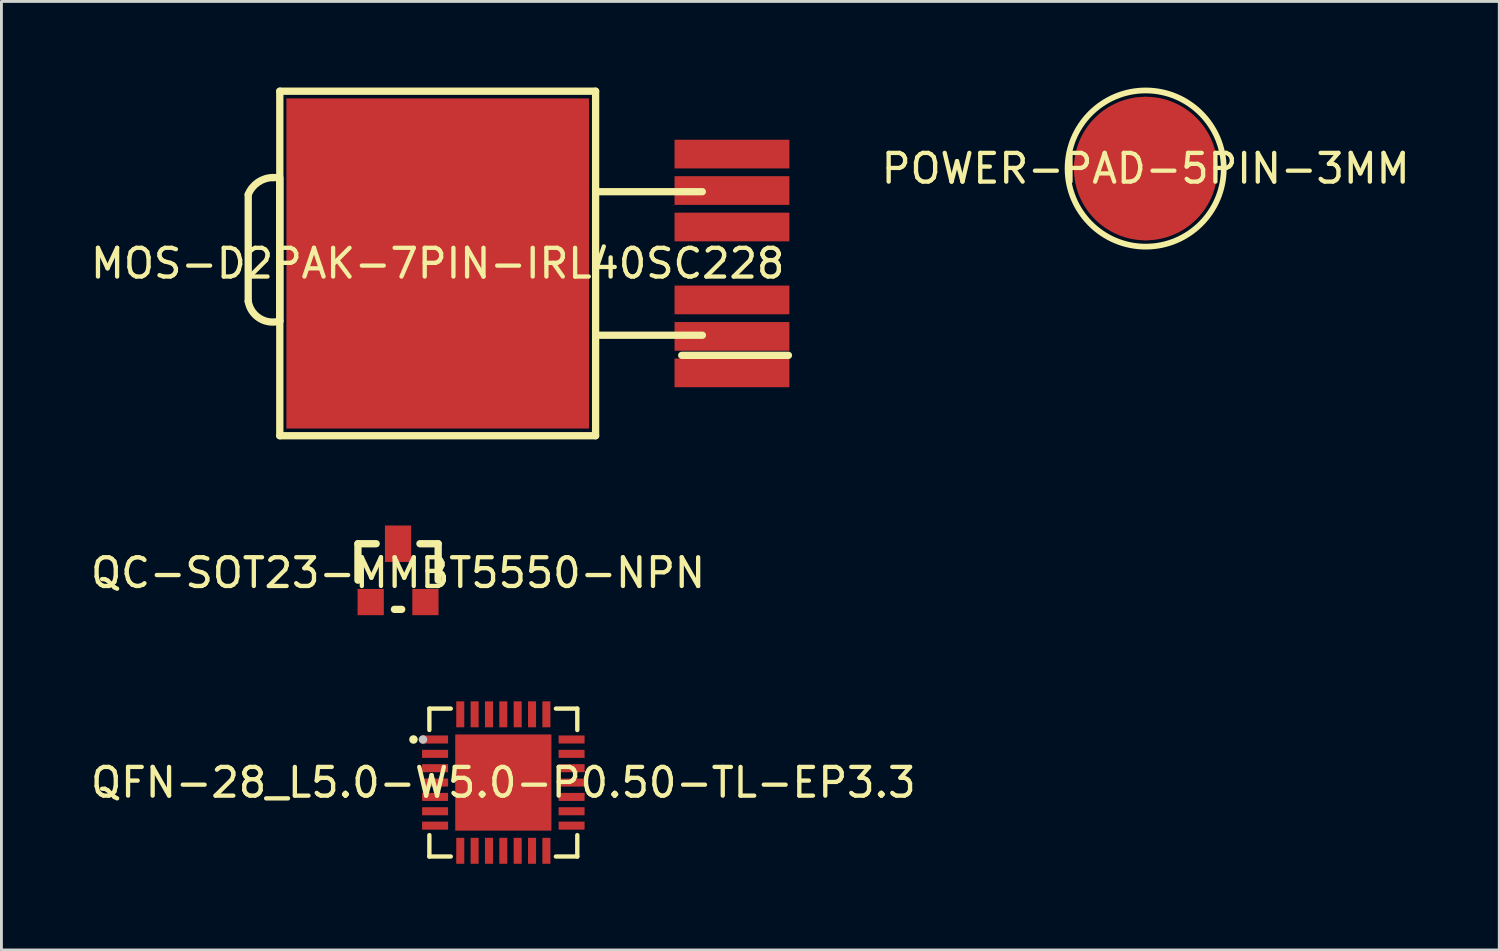
<source format=kicad_pcb>
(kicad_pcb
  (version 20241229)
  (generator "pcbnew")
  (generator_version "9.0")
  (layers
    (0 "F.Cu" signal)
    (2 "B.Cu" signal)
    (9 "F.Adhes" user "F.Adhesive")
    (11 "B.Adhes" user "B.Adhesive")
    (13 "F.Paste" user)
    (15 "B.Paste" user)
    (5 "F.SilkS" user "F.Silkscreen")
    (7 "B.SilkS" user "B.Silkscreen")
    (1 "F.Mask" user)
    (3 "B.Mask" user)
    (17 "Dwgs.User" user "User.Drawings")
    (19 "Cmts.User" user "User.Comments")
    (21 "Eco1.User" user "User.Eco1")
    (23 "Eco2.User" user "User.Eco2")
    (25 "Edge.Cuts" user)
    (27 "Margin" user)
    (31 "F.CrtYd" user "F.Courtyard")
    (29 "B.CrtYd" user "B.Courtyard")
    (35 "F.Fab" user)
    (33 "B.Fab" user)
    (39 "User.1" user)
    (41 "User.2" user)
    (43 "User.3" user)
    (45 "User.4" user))
  (footprint "QC-SOT23-MMBT5550-NPN"
    (layer "F.Cu")
    (at 10.815 16.905)
    (property "Reference" "QC-SOT23-MMBT5550-NPN" (at 0 0 0) (layer "F.SilkS") (effects (font (size 1 1) (thickness 0.15))))
    (fp_line (start -1.397 -1.016) (end -1.397 0.254) (stroke (width 0.254) (type default)) (layer "F.SilkS"))
    (fp_line (start -0.762 -1.016) (end -1.397 -1.016) (stroke (width 0.254) (type default)) (layer "F.SilkS"))
    (fp_line (start -0.127 1.27) (end 0.127 1.27) (stroke (width 0.254) (type default)) (layer "F.SilkS"))
    (fp_line (start 0.762 -1.016) (end 1.397 -1.016) (stroke (width 0.254) (type default)) (layer "F.SilkS"))
    (fp_line (start 1.397 -1.016) (end 1.397 0.254) (stroke (width 0.254) (type default)) (layer "F.SilkS"))
    (pad "1" smd rect (at -0.953 1.016) (size 0.914 0.914) (layers "F.Cu" "F.Mask" "F.Paste"))
    (pad "2" smd rect (at 0.953 1.016) (size 0.914 0.914) (layers "F.Cu" "F.Mask" "F.Paste"))
    (pad "3" smd rect (at 0 -1.016 90) (size 1.27 0.914) (layers "F.Cu" "F.Mask" "F.Paste")))
  (footprint "MOS-D2PAK-7PIN-IRL40SC228"
    (layer "F.Cu")
    (at 12.196 6.127)
    (property "Reference" "MOS-D2PAK-7PIN-IRL40SC228" (at 0 0 0) (layer "F.SilkS") (effects (font (size 1 1) (thickness 0.15))))
    (fp_line (start -6.6 -2.4) (end -6.6 1.32) (stroke (width 0.254) (type default)) (layer "F.SilkS"))
    (fp_line (start -5.56 -2.992) (end -5.73 -2.992) (stroke (width 0.254) (type default)) (layer "F.SilkS"))
    (fp_line (start -5.51 2.008) (end -5.5 2.008) (stroke (width 0.254) (type default)) (layer "F.SilkS"))
    (fp_line (start -5.5 -6) (end 5.5 -6) (stroke (width 0.254) (type default)) (layer "F.SilkS"))
    (fp_line (start -5.5 2.008) (end -5.5 -2.982) (stroke (width 0.254) (type default)) (layer "F.SilkS"))
    (fp_line (start -5.5 6) (end -5.5 -6) (stroke (width 0.254) (type default)) (layer "F.SilkS"))
    (fp_line (start 5.5 -6) (end 5.5 6) (stroke (width 0.254) (type default)) (layer "F.SilkS"))
    (fp_line (start 5.5 -2.5) (end 9.217 -2.5) (stroke (width 0.254) (type default)) (layer "F.SilkS"))
    (fp_line (start 5.5 2.5) (end 9.22 2.5) (stroke (width 0.254) (type default)) (layer "F.SilkS"))
    (fp_line (start 5.5 6) (end -5.5 6) (stroke (width 0.254) (type default)) (layer "F.SilkS"))
    (fp_line (start 8.5 3.2) (end 12.217 3.2) (stroke (width 0.254) (type default)) (layer "F.SilkS"))
    (fp_arc (start -6.6 -2.4) (mid -6.256072 -2.82984) (end -5.73 -2.992) (stroke (width 0.254) (type default)) (layer "F.SilkS"))
    (fp_arc (start -5.51 2.008) (mid -6.208972 1.907829) (end -6.6 1.32) (stroke (width 0.254) (type default)) (layer "F.SilkS"))
    (pad "D" smd rect (at 0 0 90) (size 11.5 10.54) (layers "F.Cu" "F.Mask" "F.Paste"))
    (pad "G" smd rect (at 10.25 3.81) (size 4 1) (layers "F.Cu" "F.Mask" "F.Paste"))
    (pad "S1" smd rect (at 10.25 2.54) (size 4 1) (layers "F.Cu" "F.Mask" "F.Paste"))
    (pad "S2" smd rect (at 10.25 1.27) (size 4 1) (layers "F.Cu" "F.Mask" "F.Paste"))
    (pad "S3" smd rect (at 10.25 -1.27) (size 4 1) (layers "F.Cu" "F.Mask" "F.Paste"))
    (pad "S4" smd rect (at 10.25 -2.54) (size 4 1) (layers "F.Cu" "F.Mask" "F.Paste"))
    (pad "S5" smd rect (at 10.25 -3.81) (size 4 1) (layers "F.Cu" "F.Mask" "F.Paste")))
  (footprint "POWER-PAD-5PIN-3MM"
    (layer "F.Cu")
    (at 36.856 2.821)
    (property "Reference" "POWER-PAD-5PIN-3MM" (at 0 0 0) (layer "F.SilkS") (effects (font (size 1 1) (thickness 0.15))))
    (fp_circle (center 0 0) (end 2.72 0) (stroke (width 0.2) (type default)) (fill no) (layer "F.SilkS"))
    (pad "1" smd circle (at 0 0) (size 5 5) (layers "F.Cu" "F.Mask" "F.Paste"))
    (pad "2" smd circle (at 0 -2.2) (size 0.6 0.6) (layers "F.Cu" "F.Mask" "F.Paste"))
    (pad "3" smd circle (at 0 2.2) (size 0.6 0.6) (layers "F.Cu" "F.Mask" "F.Paste"))
    (pad "4" smd circle (at 2.2 0) (size 0.6 0.6) (layers "F.Cu" "F.Mask" "F.Paste"))
    (pad "5" smd circle (at -2.2 0) (size 0.6 0.6) (layers "F.Cu" "F.Mask" "F.Paste")))
  (footprint "QFN-28_L5.0-W5.0-P0.50-TL-EP3.3"
    (layer "F.Cu")
    (at 14.482 24.208)
    (property "Reference" "QFN-28_L5.0-W5.0-P0.50-TL-EP3.3" (at 0 0 0) (layer "F.SilkS") (effects (font (size 1 1) (thickness 0.15))))
    (fp_line (start -2.576 -2.576) (end -2.576 -1.831) (stroke (width 0.152) (type default)) (layer "F.SilkS"))
    (fp_line (start -2.576 2.576) (end -2.576 1.831) (stroke (width 0.152) (type default)) (layer "F.SilkS"))
    (fp_line (start -1.831 -2.576) (end -2.576 -2.576) (stroke (width 0.152) (type default)) (layer "F.SilkS"))
    (fp_line (start -1.831 2.576) (end -2.576 2.576) (stroke (width 0.152) (type default)) (layer "F.SilkS"))
    (fp_line (start 1.831 -2.576) (end 2.576 -2.576) (stroke (width 0.152) (type default)) (layer "F.SilkS"))
    (fp_line (start 1.831 2.576) (end 2.576 2.576) (stroke (width 0.152) (type default)) (layer "F.SilkS"))
    (fp_line (start 2.576 -2.576) (end 2.576 -1.831) (stroke (width 0.152) (type default)) (layer "F.SilkS"))
    (fp_line (start 2.576 2.576) (end 2.576 1.831) (stroke (width 0.152) (type default)) (layer "F.SilkS"))
    (fp_circle (center -3.13 -1.5) (end -3.055 -1.5) (stroke (width 0.15) (type default)) (fill no) (layer "F.SilkS"))
    (fp_poly (pts (xy -2.83 -1.64) (xy -1.925 -1.64) (xy -1.925 -1.36) (xy -2.83 -1.36)) (stroke (width 0) (type default)) (fill yes) (layer "F.Paste"))
    (fp_poly (pts (xy -2.83 -1.14) (xy -1.925 -1.14) (xy -1.925 -0.86) (xy -2.83 -0.86)) (stroke (width 0) (type default)) (fill yes) (layer "F.Paste"))
    (fp_poly (pts (xy -2.83 -0.64) (xy -1.925 -0.64) (xy -1.925 -0.36) (xy -2.83 -0.36)) (stroke (width 0) (type default)) (fill yes) (layer "F.Paste"))
    (fp_poly (pts (xy -2.83 -0.14) (xy -1.925 -0.14) (xy -1.925 0.14) (xy -2.83 0.14)) (stroke (width 0) (type default)) (fill yes) (layer "F.Paste"))
    (fp_poly (pts (xy -2.83 0.36) (xy -1.925 0.36) (xy -1.925 0.64) (xy -2.83 0.64)) (stroke (width 0) (type default)) (fill yes) (layer "F.Paste"))
    (fp_poly (pts (xy -2.83 0.86) (xy -1.925 0.86) (xy -1.925 1.14) (xy -2.83 1.14)) (stroke (width 0) (type default)) (fill yes) (layer "F.Paste"))
    (fp_poly (pts (xy -2.83 1.36) (xy -1.925 1.36) (xy -1.925 1.64) (xy -2.83 1.64)) (stroke (width 0) (type default)) (fill yes) (layer "F.Paste"))
    (fp_poly (pts (xy -1.64 -2.83) (xy -1.36 -2.83) (xy -1.36 -1.925) (xy -1.64 -1.925)) (stroke (width 0) (type default)) (fill yes) (layer "F.Paste"))
    (fp_poly (pts (xy -1.64 1.925) (xy -1.36 1.925) (xy -1.36 2.83) (xy -1.64 2.83)) (stroke (width 0) (type default)) (fill yes) (layer "F.Paste"))
    (fp_poly (pts (xy -1.35 -1.35) (xy 1.35 -1.35) (xy 1.35 1.35) (xy -1.35 1.35)) (stroke (width 0) (type default)) (fill yes) (layer "F.Paste"))
    (fp_poly (pts (xy -1.14 -2.83) (xy -0.86 -2.83) (xy -0.86 -1.925) (xy -1.14 -1.925)) (stroke (width 0) (type default)) (fill yes) (layer "F.Paste"))
    (fp_poly (pts (xy -1.14 1.925) (xy -0.86 1.925) (xy -0.86 2.83) (xy -1.14 2.83)) (stroke (width 0) (type default)) (fill yes) (layer "F.Paste"))
    (fp_poly (pts (xy -0.64 -2.83) (xy -0.36 -2.83) (xy -0.36 -1.925) (xy -0.64 -1.925)) (stroke (width 0) (type default)) (fill yes) (layer "F.Paste"))
    (fp_poly (pts (xy -0.64 1.925) (xy -0.36 1.925) (xy -0.36 2.83) (xy -0.64 2.83)) (stroke (width 0) (type default)) (fill yes) (layer "F.Paste"))
    (fp_poly (pts (xy -0.14 -2.83) (xy 0.14 -2.83) (xy 0.14 -1.925) (xy -0.14 -1.925)) (stroke (width 0) (type default)) (fill yes) (layer "F.Paste"))
    (fp_poly (pts (xy -0.14 1.925) (xy 0.14 1.925) (xy 0.14 2.83) (xy -0.14 2.83)) (stroke (width 0) (type default)) (fill yes) (layer "F.Paste"))
    (fp_poly (pts (xy 0.36 -2.83) (xy 0.64 -2.83) (xy 0.64 -1.925) (xy 0.36 -1.925)) (stroke (width 0) (type default)) (fill yes) (layer "F.Paste"))
    (fp_poly (pts (xy 0.36 1.925) (xy 0.64 1.925) (xy 0.64 2.83) (xy 0.36 2.83)) (stroke (width 0) (type default)) (fill yes) (layer "F.Paste"))
    (fp_poly (pts (xy 0.86 -2.83) (xy 1.14 -2.83) (xy 1.14 -1.925) (xy 0.86 -1.925)) (stroke (width 0) (type default)) (fill yes) (layer "F.Paste"))
    (fp_poly (pts (xy 0.86 1.925) (xy 1.14 1.925) (xy 1.14 2.83) (xy 0.86 2.83)) (stroke (width 0) (type default)) (fill yes) (layer "F.Paste"))
    (fp_poly (pts (xy 1.36 -2.83) (xy 1.64 -2.83) (xy 1.64 -1.925) (xy 1.36 -1.925)) (stroke (width 0) (type default)) (fill yes) (layer "F.Paste"))
    (fp_poly (pts (xy 1.36 1.925) (xy 1.64 1.925) (xy 1.64 2.83) (xy 1.36 2.83)) (stroke (width 0) (type default)) (fill yes) (layer "F.Paste"))
    (fp_poly (pts (xy 1.925 -1.64) (xy 2.83 -1.64) (xy 2.83 -1.36) (xy 1.925 -1.36)) (stroke (width 0) (type default)) (fill yes) (layer "F.Paste"))
    (fp_poly (pts (xy 1.925 -1.14) (xy 2.83 -1.14) (xy 2.83 -0.86) (xy 1.925 -0.86)) (stroke (width 0) (type default)) (fill yes) (layer "F.Paste"))
    (fp_poly (pts (xy 1.925 -0.64) (xy 2.83 -0.64) (xy 2.83 -0.36) (xy 1.925 -0.36)) (stroke (width 0) (type default)) (fill yes) (layer "F.Paste"))
    (fp_poly (pts (xy 1.925 -0.14) (xy 2.83 -0.14) (xy 2.83 0.14) (xy 1.925 0.14)) (stroke (width 0) (type default)) (fill yes) (layer "F.Paste"))
    (fp_poly (pts (xy 1.925 0.36) (xy 2.83 0.36) (xy 2.83 0.64) (xy 1.925 0.64)) (stroke (width 0) (type default)) (fill yes) (layer "F.Paste"))
    (fp_poly (pts (xy 1.925 0.86) (xy 2.83 0.86) (xy 2.83 1.14) (xy 1.925 1.14)) (stroke (width 0) (type default)) (fill yes) (layer "F.Paste"))
    (fp_poly (pts (xy 1.925 1.36) (xy 2.83 1.36) (xy 2.83 1.64) (xy 1.925 1.64)) (stroke (width 0) (type default)) (fill yes) (layer "F.Paste"))
    (fp_circle (center -2.8 -1.5) (end -2.725 -1.5) (stroke (width 0.15) (type default)) (fill no) (layer "Dwgs.User"))
    (fp_poly (pts (xy -2.5 -1.62) (xy -1.95 -1.62) (xy -1.95 -1.38) (xy -2.5 -1.38)) (stroke (width 0.1) (type default)) (fill no) (layer "User.1"))
    (fp_poly (pts (xy -2.5 -1.12) (xy -1.95 -1.12) (xy -1.95 -0.88) (xy -2.5 -0.88)) (stroke (width 0.1) (type default)) (fill no) (layer "User.1"))
    (fp_poly (pts (xy -2.5 -0.62) (xy -1.95 -0.62) (xy -1.95 -0.38) (xy -2.5 -0.38)) (stroke (width 0.1) (type default)) (fill no) (layer "User.1"))
    (fp_poly (pts (xy -2.5 -0.12) (xy -1.95 -0.12) (xy -1.95 0.12) (xy -2.5 0.12)) (stroke (width 0.1) (type default)) (fill no) (layer "User.1"))
    (fp_poly (pts (xy -2.5 0.38) (xy -1.95 0.38) (xy -1.95 0.62) (xy -2.5 0.62)) (stroke (width 0.1) (type default)) (fill no) (layer "User.1"))
    (fp_poly (pts (xy -2.5 0.88) (xy -1.95 0.88) (xy -1.95 1.12) (xy -2.5 1.12)) (stroke (width 0.1) (type default)) (fill no) (layer "User.1"))
    (fp_poly (pts (xy -2.5 1.38) (xy -1.95 1.38) (xy -1.95 1.62) (xy -2.5 1.62)) (stroke (width 0.1) (type default)) (fill no) (layer "User.1"))
    (fp_poly (pts (xy -1.625 -1.625) (xy 1.625 -1.625) (xy 1.625 1.625) (xy -1.625 1.625)) (stroke (width 0.1) (type default)) (fill no) (layer "User.1"))
    (fp_poly (pts (xy -1.62 -1.95) (xy -1.38 -1.95) (xy -1.38 -2.5) (xy -1.62 -2.5)) (stroke (width 0.1) (type default)) (fill no) (layer "User.1"))
    (fp_poly (pts (xy -1.62 1.95) (xy -1.38 1.95) (xy -1.38 2.5) (xy -1.62 2.5)) (stroke (width 0.1) (type default)) (fill no) (layer "User.1"))
    (fp_poly (pts (xy -1.12 -1.95) (xy -0.88 -1.95) (xy -0.88 -2.5) (xy -1.12 -2.5)) (stroke (width 0.1) (type default)) (fill no) (layer "User.1"))
    (fp_poly (pts (xy -1.12 1.95) (xy -0.88 1.95) (xy -0.88 2.5) (xy -1.12 2.5)) (stroke (width 0.1) (type default)) (fill no) (layer "User.1"))
    (fp_poly (pts (xy -0.62 -1.95) (xy -0.38 -1.95) (xy -0.38 -2.5) (xy -0.62 -2.5)) (stroke (width 0.1) (type default)) (fill no) (layer "User.1"))
    (fp_poly (pts (xy -0.62 1.95) (xy -0.38 1.95) (xy -0.38 2.5) (xy -0.62 2.5)) (stroke (width 0.1) (type default)) (fill no) (layer "User.1"))
    (fp_poly (pts (xy -0.12 -1.95) (xy 0.12 -1.95) (xy 0.12 -2.5) (xy -0.12 -2.5)) (stroke (width 0.1) (type default)) (fill no) (layer "User.1"))
    (fp_poly (pts (xy -0.12 1.95) (xy 0.12 1.95) (xy 0.12 2.5) (xy -0.12 2.5)) (stroke (width 0.1) (type default)) (fill no) (layer "User.1"))
    (fp_poly (pts (xy 0.38 -1.95) (xy 0.62 -1.95) (xy 0.62 -2.5) (xy 0.38 -2.5)) (stroke (width 0.1) (type default)) (fill no) (layer "User.1"))
    (fp_poly (pts (xy 0.38 1.95) (xy 0.62 1.95) (xy 0.62 2.5) (xy 0.38 2.5)) (stroke (width 0.1) (type default)) (fill no) (layer "User.1"))
    (fp_poly (pts (xy 0.88 -1.95) (xy 1.12 -1.95) (xy 1.12 -2.5) (xy 0.88 -2.5)) (stroke (width 0.1) (type default)) (fill no) (layer "User.1"))
    (fp_poly (pts (xy 0.88 1.95) (xy 1.12 1.95) (xy 1.12 2.5) (xy 0.88 2.5)) (stroke (width 0.1) (type default)) (fill no) (layer "User.1"))
    (fp_poly (pts (xy 1.38 -1.95) (xy 1.62 -1.95) (xy 1.62 -2.5) (xy 1.38 -2.5)) (stroke (width 0.1) (type default)) (fill no) (layer "User.1"))
    (fp_poly (pts (xy 1.38 1.95) (xy 1.62 1.95) (xy 1.62 2.5) (xy 1.38 2.5)) (stroke (width 0.1) (type default)) (fill no) (layer "User.1"))
    (fp_poly (pts (xy 2.5 -1.62) (xy 1.95 -1.62) (xy 1.95 -1.38) (xy 2.5 -1.38)) (stroke (width 0.1) (type default)) (fill no) (layer "User.1"))
    (fp_poly (pts (xy 2.5 -1.12) (xy 1.95 -1.12) (xy 1.95 -0.88) (xy 2.5 -0.88)) (stroke (width 0.1) (type default)) (fill no) (layer "User.1"))
    (fp_poly (pts (xy 2.5 -0.62) (xy 1.95 -0.62) (xy 1.95 -0.38) (xy 2.5 -0.38)) (stroke (width 0.1) (type default)) (fill no) (layer "User.1"))
    (fp_poly (pts (xy 2.5 -0.12) (xy 1.95 -0.12) (xy 1.95 0.12) (xy 2.5 0.12)) (stroke (width 0.1) (type default)) (fill no) (layer "User.1"))
    (fp_poly (pts (xy 2.5 0.38) (xy 1.95 0.38) (xy 1.95 0.62) (xy 2.5 0.62)) (stroke (width 0.1) (type default)) (fill no) (layer "User.1"))
    (fp_poly (pts (xy 2.5 0.88) (xy 1.95 0.88) (xy 1.95 1.12) (xy 2.5 1.12)) (stroke (width 0.1) (type default)) (fill no) (layer "User.1"))
    (fp_poly (pts (xy 2.5 1.38) (xy 1.95 1.38) (xy 1.95 1.62) (xy 2.5 1.62)) (stroke (width 0.1) (type default)) (fill no) (layer "User.1"))
    (fp_line (start -2.5 -2.5) (end 2.5 -2.5) (stroke (width 0.051) (type default)) (layer "User.2"))
    (fp_line (start -2.5 2.5) (end -2.5 -2.5) (stroke (width 0.051) (type default)) (layer "User.2"))
    (fp_line (start 2.5 -2.5) (end 2.5 2.5) (stroke (width 0.051) (type default)) (layer "User.2"))
    (fp_line (start 2.5 2.5) (end -2.5 2.5) (stroke (width 0.051) (type default)) (layer "User.2"))
    (fp_poly (pts (xy -2.44 -2.5) (xy -2.458 -2.542) (xy -2.5 -2.56) (xy -2.542 -2.542) (xy -2.56 -2.5) (xy -2.542 -2.458) (xy -2.5 -2.44) (xy -2.458 -2.458)) (stroke (width 0.1) (type default)) (fill no) (layer "User.3"))
    (pad "1" smd rect (at -2.377 -1.5) (size 0.905 0.28) (layers "F.Cu" "F.Mask" "F.Paste"))
    (pad "2" smd rect (at -2.377 -1) (size 0.905 0.28) (layers "F.Cu" "F.Mask" "F.Paste"))
    (pad "3" smd rect (at -2.377 -0.5) (size 0.905 0.28) (layers "F.Cu" "F.Mask" "F.Paste"))
    (pad "4" smd rect (at -2.377 0) (size 0.905 0.28) (layers "F.Cu" "F.Mask" "F.Paste"))
    (pad "5" smd rect (at -2.377 0.5) (size 0.905 0.28) (layers "F.Cu" "F.Mask" "F.Paste"))
    (pad "6" smd rect (at -2.377 1) (size 0.905 0.28) (layers "F.Cu" "F.Mask" "F.Paste"))
    (pad "7" smd rect (at -2.377 1.5) (size 0.905 0.28) (layers "F.Cu" "F.Mask" "F.Paste"))
    (pad "8" smd rect (at -1.5 2.377) (size 0.28 0.905) (layers "F.Cu" "F.Mask" "F.Paste"))
    (pad "9" smd rect (at -1 2.377) (size 0.28 0.905) (layers "F.Cu" "F.Mask" "F.Paste"))
    (pad "10" smd rect (at -0.5 2.377) (size 0.28 0.905) (layers "F.Cu" "F.Mask" "F.Paste"))
    (pad "11" smd rect (at 0 2.377) (size 0.28 0.905) (layers "F.Cu" "F.Mask" "F.Paste"))
    (pad "12" smd rect (at 0.5 2.377) (size 0.28 0.905) (layers "F.Cu" "F.Mask" "F.Paste"))
    (pad "13" smd rect (at 1 2.377) (size 0.28 0.905) (layers "F.Cu" "F.Mask" "F.Paste"))
    (pad "14" smd rect (at 1.5 2.377) (size 0.28 0.905) (layers "F.Cu" "F.Mask" "F.Paste"))
    (pad "15" smd rect (at 2.377 1.5) (size 0.905 0.28) (layers "F.Cu" "F.Mask" "F.Paste"))
    (pad "16" smd rect (at 2.377 1) (size 0.905 0.28) (layers "F.Cu" "F.Mask" "F.Paste"))
    (pad "17" smd rect (at 2.377 0.5) (size 0.905 0.28) (layers "F.Cu" "F.Mask" "F.Paste"))
    (pad "18" smd rect (at 2.377 0) (size 0.905 0.28) (layers "F.Cu" "F.Mask" "F.Paste"))
    (pad "19" smd rect (at 2.377 -0.5) (size 0.905 0.28) (layers "F.Cu" "F.Mask" "F.Paste"))
    (pad "20" smd rect (at 2.377 -1) (size 0.905 0.28) (layers "F.Cu" "F.Mask" "F.Paste"))
    (pad "21" smd rect (at 2.377 -1.5) (size 0.905 0.28) (layers "F.Cu" "F.Mask" "F.Paste"))
    (pad "22" smd rect (at 1.5 -2.377) (size 0.28 0.905) (layers "F.Cu" "F.Mask" "F.Paste"))
    (pad "23" smd rect (at 1 -2.377) (size 0.28 0.905) (layers "F.Cu" "F.Mask" "F.Paste"))
    (pad "24" smd rect (at 0.5 -2.377) (size 0.28 0.905) (layers "F.Cu" "F.Mask" "F.Paste"))
    (pad "25" smd rect (at 0 -2.377) (size 0.28 0.905) (layers "F.Cu" "F.Mask" "F.Paste"))
    (pad "26" smd rect (at -0.5 -2.377) (size 0.28 0.905) (layers "F.Cu" "F.Mask" "F.Paste"))
    (pad "27" smd rect (at -1 -2.377) (size 0.28 0.905) (layers "F.Cu" "F.Mask" "F.Paste"))
    (pad "28" smd rect (at -1.5 -2.377) (size 0.28 0.905) (layers "F.Cu" "F.Mask" "F.Paste"))
    (pad "29" smd rect (at 0 0) (size 3.35 3.35) (layers "F.Cu" "F.Mask" "F.Paste")))
  (gr_rect
    (start -3 -3)
    (end 49.172 30.038)
    (stroke (width 0.1) (type default))
    (fill no)
    (layer "Edge.Cuts")))
</source>
